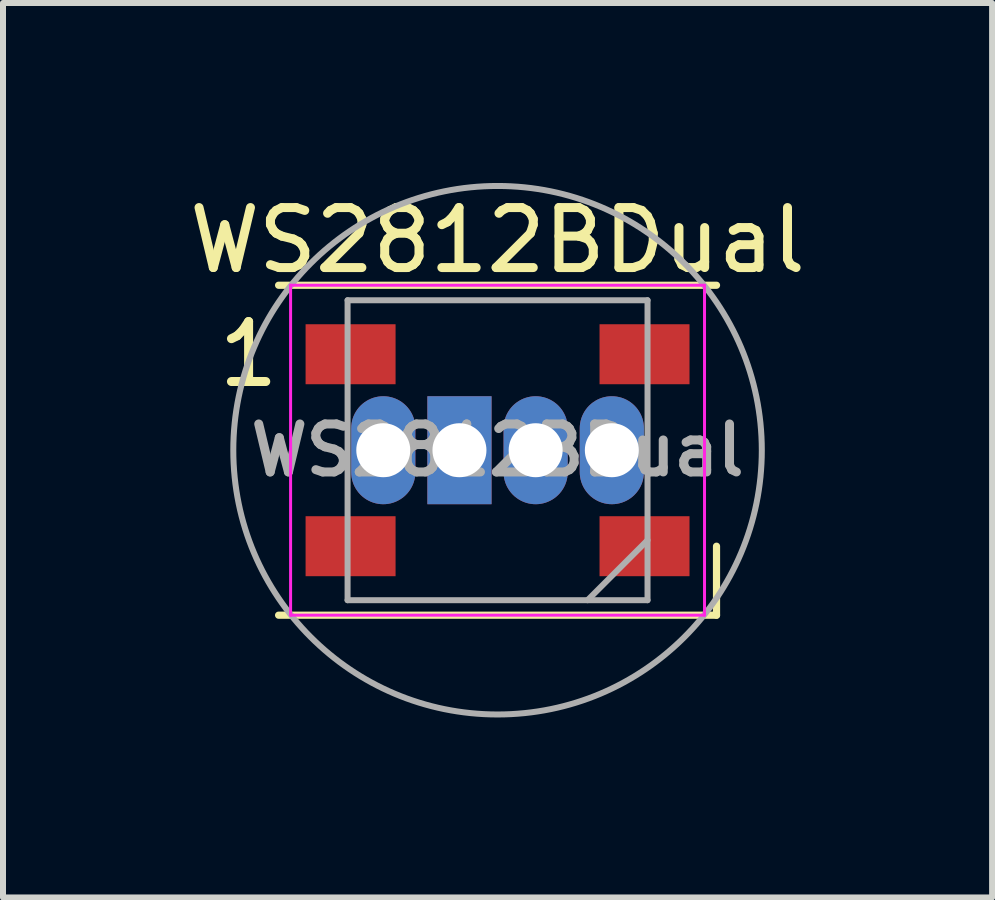
<source format=kicad_pcb>
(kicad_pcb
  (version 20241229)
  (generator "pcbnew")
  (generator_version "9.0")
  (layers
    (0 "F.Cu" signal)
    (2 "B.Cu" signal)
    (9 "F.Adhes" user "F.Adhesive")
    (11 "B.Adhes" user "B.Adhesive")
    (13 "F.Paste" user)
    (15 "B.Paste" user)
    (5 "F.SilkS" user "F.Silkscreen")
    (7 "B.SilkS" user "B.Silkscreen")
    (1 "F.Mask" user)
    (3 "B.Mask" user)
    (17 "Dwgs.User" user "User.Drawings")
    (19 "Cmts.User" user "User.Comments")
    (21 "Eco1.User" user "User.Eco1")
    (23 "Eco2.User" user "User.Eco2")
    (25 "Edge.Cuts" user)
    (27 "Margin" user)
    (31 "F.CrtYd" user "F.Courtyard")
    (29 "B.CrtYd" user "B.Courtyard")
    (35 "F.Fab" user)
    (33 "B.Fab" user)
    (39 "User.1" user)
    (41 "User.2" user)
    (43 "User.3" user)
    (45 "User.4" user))
  (footprint "WS2812BDual"
    (layer "F.Cu")
    (at 5.244 4.455)
    (property "Reference" "WS2812BDual" (at 0 -3.5 0) (layer "F.SilkS") (effects (font (size 1 1) (thickness 0.15))))
    (attr smd)
    (fp_line (start -3.65 -2.75) (end 3.65 -2.75) (stroke (width 0.12) (type solid)) (layer "F.SilkS"))
    (fp_line (start -3.65 2.75) (end 3.65 2.75) (stroke (width 0.12) (type solid)) (layer "F.SilkS"))
    (fp_line (start 3.65 2.75) (end 3.65 1.6) (stroke (width 0.12) (type solid)) (layer "F.SilkS"))
    (fp_line (start -3.45 -2.75) (end -3.45 2.75) (stroke (width 0.05) (type solid)) (layer "F.CrtYd"))
    (fp_line (start -3.45 2.75) (end 3.45 2.75) (stroke (width 0.05) (type solid)) (layer "F.CrtYd"))
    (fp_line (start 3.45 -2.75) (end -3.45 -2.75) (stroke (width 0.05) (type solid)) (layer "F.CrtYd"))
    (fp_line (start 3.45 2.75) (end 3.45 -2.75) (stroke (width 0.05) (type solid)) (layer "F.CrtYd"))
    (fp_line (start -2.5 -2.5) (end -2.5 2.5) (stroke (width 0.1) (type solid)) (layer "F.Fab"))
    (fp_line (start -2.5 2.5) (end 2.5 2.5) (stroke (width 0.1) (type solid)) (layer "F.Fab"))
    (fp_line (start 2.5 -2.5) (end -2.5 -2.5) (stroke (width 0.1) (type solid)) (layer "F.Fab"))
    (fp_line (start 2.5 1.5) (end 1.5 2.5) (stroke (width 0.1) (type solid)) (layer "F.Fab"))
    (fp_line (start 2.5 2.5) (end 2.5 -2.5) (stroke (width 0.1) (type solid)) (layer "F.Fab"))
    (fp_circle (center 0 0) (end 4.405 0) (stroke (width 0.1) (type solid)) (fill no) (layer "F.Fab"))
    (fp_text user "1" (at -4.15 -1.6 0) (layer "F.SilkS") (effects (font (size 1 1) (thickness 0.15))))
    (fp_text user "${REFERENCE}" (at 0 0 0) (layer "F.Fab") (effects (font (size 0.8 0.8) (thickness 0.15))))
    (pad "1" smd rect (at -2.45 -1.6) (size 1.5 1) (layers "F.Cu" "F.Mask" "F.Paste"))
    (pad "1" thru_hole oval (at 0.635 0 180) (size 1.07 1.8) (drill 0.9) (layers "*.Cu" "*.Mask"))
    (pad "2" smd rect (at -2.45 1.6) (size 1.5 1) (layers "F.Cu" "F.Mask" "F.Paste"))
    (pad "2" thru_hole oval (at -1.905 0 180) (size 1.07 1.8) (drill 0.9) (layers "*.Cu" "*.Mask"))
    (pad "3" thru_hole rect (at -0.635 0 180) (size 1.07 1.8) (drill 0.9) (layers "*.Cu" "*.Mask"))
    (pad "3" smd rect (at 2.45 1.6) (size 1.5 1) (layers "F.Cu" "F.Mask" "F.Paste"))
    (pad "4" thru_hole oval (at 1.905 0 180) (size 1.07 1.8) (drill 0.9) (layers "*.Cu" "*.Mask"))
    (pad "4" smd rect (at 2.45 -1.6) (size 1.5 1) (layers "F.Cu" "F.Mask" "F.Paste")))
  (gr_rect
    (start -3 -3)
    (end 13.488 11.91)
    (stroke (width 0.1) (type default))
    (fill no)
    (layer "Edge.Cuts")))
</source>
